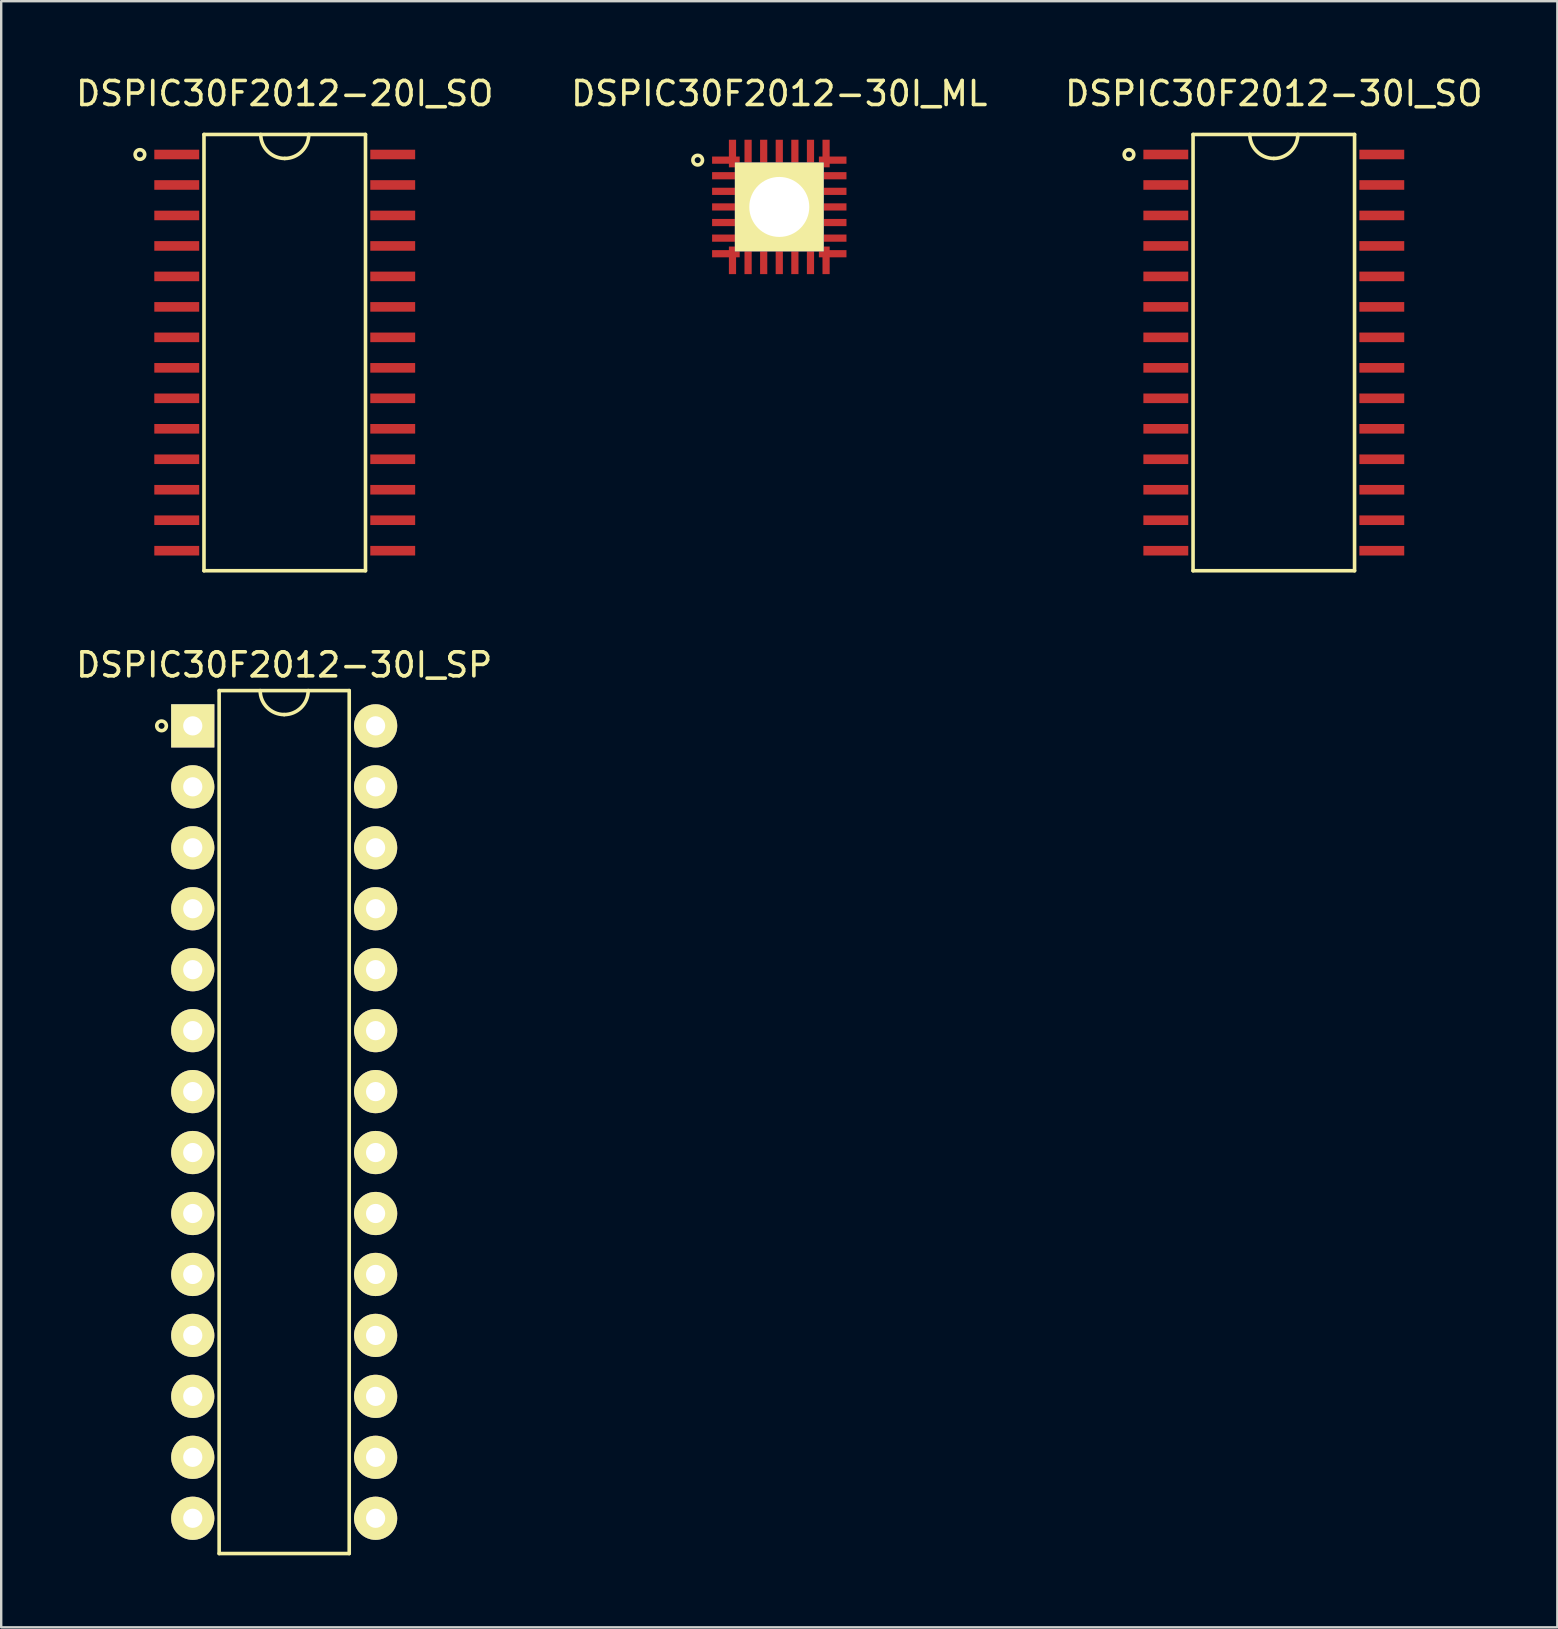
<source format=kicad_pcb>
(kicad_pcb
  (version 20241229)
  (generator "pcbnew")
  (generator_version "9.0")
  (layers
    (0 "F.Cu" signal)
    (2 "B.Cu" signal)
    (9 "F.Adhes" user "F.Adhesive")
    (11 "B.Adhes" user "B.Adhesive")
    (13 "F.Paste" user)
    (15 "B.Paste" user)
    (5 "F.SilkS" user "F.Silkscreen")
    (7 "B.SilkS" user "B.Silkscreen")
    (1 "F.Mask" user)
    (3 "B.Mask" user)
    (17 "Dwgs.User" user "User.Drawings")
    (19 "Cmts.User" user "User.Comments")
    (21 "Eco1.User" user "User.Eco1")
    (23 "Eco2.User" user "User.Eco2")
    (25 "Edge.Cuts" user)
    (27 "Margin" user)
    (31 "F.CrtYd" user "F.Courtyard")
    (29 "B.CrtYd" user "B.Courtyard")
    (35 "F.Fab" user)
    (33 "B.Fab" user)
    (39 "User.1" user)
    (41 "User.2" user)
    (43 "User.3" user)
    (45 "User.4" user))
  (footprint "DSPIC30F2012-30I_SO"
    (layer "F.Cu")
    (at 45.53 3.388)
    (property "Reference" "DSPIC30F2012-30I_SO" (at 4.5 -2.54 0) (layer "F.SilkS") (effects (font (size 1 1) (thickness 0.15))))
    (attr through_hole)
    (fp_line (start 1.135 -0.835) (end 7.865 -0.835) (stroke (width 0.15) (type solid)) (layer "F.SilkS"))
    (fp_line (start 1.135 17.345) (end 1.135 -0.835) (stroke (width 0.15) (type solid)) (layer "F.SilkS"))
    (fp_line (start 7.865 -0.835) (end 7.865 17.345) (stroke (width 0.15) (type solid)) (layer "F.SilkS"))
    (fp_line (start 7.865 17.345) (end 1.135 17.345) (stroke (width 0.15) (type solid)) (layer "F.SilkS"))
    (fp_arc (start 4.5 0.165) (mid 3.792893 -0.127893) (end 3.5 -0.835) (stroke (width 0.15) (type solid)) (layer "F.SilkS"))
    (fp_arc (start 5.5 -0.835) (mid 5.207107 -0.127893) (end 4.5 0.165) (stroke (width 0.15) (type solid)) (layer "F.SilkS"))
    (fp_circle (center -1.535 0) (end -1.535 0.2) (stroke (width 0.15) (type solid)) (fill no) (layer "F.SilkS"))
    (pad "1" smd rect (at 0 0) (size 1.87 0.4) (layers "F.Cu" "F.Mask" "F.Paste"))
    (pad "2" smd rect (at 0 1.27) (size 1.87 0.4) (layers "F.Cu" "F.Mask" "F.Paste"))
    (pad "3" smd rect (at 0 2.54) (size 1.87 0.4) (layers "F.Cu" "F.Mask" "F.Paste"))
    (pad "4" smd rect (at 0 3.81) (size 1.87 0.4) (layers "F.Cu" "F.Mask" "F.Paste"))
    (pad "5" smd rect (at 0 5.08) (size 1.87 0.4) (layers "F.Cu" "F.Mask" "F.Paste"))
    (pad "6" smd rect (at 0 6.35) (size 1.87 0.4) (layers "F.Cu" "F.Mask" "F.Paste"))
    (pad "7" smd rect (at 0 7.62) (size 1.87 0.4) (layers "F.Cu" "F.Mask" "F.Paste"))
    (pad "8" smd rect (at 0 8.89) (size 1.87 0.4) (layers "F.Cu" "F.Mask" "F.Paste"))
    (pad "9" smd rect (at 0 10.16) (size 1.87 0.4) (layers "F.Cu" "F.Mask" "F.Paste"))
    (pad "10" smd rect (at 0 11.43) (size 1.87 0.4) (layers "F.Cu" "F.Mask" "F.Paste"))
    (pad "11" smd rect (at 0 12.7) (size 1.87 0.4) (layers "F.Cu" "F.Mask" "F.Paste"))
    (pad "12" smd rect (at 0 13.97) (size 1.87 0.4) (layers "F.Cu" "F.Mask" "F.Paste"))
    (pad "13" smd rect (at 0 15.24) (size 1.87 0.4) (layers "F.Cu" "F.Mask" "F.Paste"))
    (pad "14" smd rect (at 0 16.51) (size 1.87 0.4) (layers "F.Cu" "F.Mask" "F.Paste"))
    (pad "15" smd rect (at 9 16.51) (size 1.87 0.4) (layers "F.Cu" "F.Mask" "F.Paste"))
    (pad "16" smd rect (at 9 15.24) (size 1.87 0.4) (layers "F.Cu" "F.Mask" "F.Paste"))
    (pad "17" smd rect (at 9 13.97) (size 1.87 0.4) (layers "F.Cu" "F.Mask" "F.Paste"))
    (pad "18" smd rect (at 9 12.7) (size 1.87 0.4) (layers "F.Cu" "F.Mask" "F.Paste"))
    (pad "19" smd rect (at 9 11.43) (size 1.87 0.4) (layers "F.Cu" "F.Mask" "F.Paste"))
    (pad "20" smd rect (at 9 10.16) (size 1.87 0.4) (layers "F.Cu" "F.Mask" "F.Paste"))
    (pad "21" smd rect (at 9 8.89) (size 1.87 0.4) (layers "F.Cu" "F.Mask" "F.Paste"))
    (pad "22" smd rect (at 9 7.62) (size 1.87 0.4) (layers "F.Cu" "F.Mask" "F.Paste"))
    (pad "23" smd rect (at 9 6.35) (size 1.87 0.4) (layers "F.Cu" "F.Mask" "F.Paste"))
    (pad "24" smd rect (at 9 5.08) (size 1.87 0.4) (layers "F.Cu" "F.Mask" "F.Paste"))
    (pad "25" smd rect (at 9 3.81) (size 1.87 0.4) (layers "F.Cu" "F.Mask" "F.Paste"))
    (pad "26" smd rect (at 9 2.54) (size 1.87 0.4) (layers "F.Cu" "F.Mask" "F.Paste"))
    (pad "27" smd rect (at 9 1.27) (size 1.87 0.4) (layers "F.Cu" "F.Mask" "F.Paste"))
    (pad "28" smd rect (at 9 0) (size 1.87 0.4) (layers "F.Cu" "F.Mask" "F.Paste")))
  (footprint "DSPIC30F2012-30I_SP"
    (layer "F.Cu")
    (at 4.982 27.197)
    (property "Reference" "DSPIC30F2012-30I_SP" (at 3.81 -2.54 0) (layer "F.SilkS") (effects (font (size 1 1) (thickness 0.15))))
    (attr through_hole)
    (fp_line (start 1.1 -1.47) (end 6.52 -1.47) (stroke (width 0.15) (type solid)) (layer "F.SilkS"))
    (fp_line (start 1.1 34.49) (end 1.1 -1.47) (stroke (width 0.15) (type solid)) (layer "F.SilkS"))
    (fp_line (start 6.52 -1.47) (end 6.52 34.49) (stroke (width 0.15) (type solid)) (layer "F.SilkS"))
    (fp_line (start 6.52 34.49) (end 1.1 34.49) (stroke (width 0.15) (type solid)) (layer "F.SilkS"))
    (fp_arc (start 3.81 -0.47) (mid 3.102893 -0.762893) (end 2.81 -1.47) (stroke (width 0.15) (type solid)) (layer "F.SilkS"))
    (fp_arc (start 4.81 -1.47) (mid 4.517107 -0.762893) (end 3.81 -0.47) (stroke (width 0.15) (type solid)) (layer "F.SilkS"))
    (fp_circle (center -1.3 0) (end -1.3 0.2) (stroke (width 0.15) (type solid)) (fill no) (layer "F.SilkS"))
    (pad "1" thru_hole rect (at 0 0) (size 1.8 1.8) (drill 0.8) (layers "*.Cu" "*.Mask" "F.SilkS"))
    (pad "2" thru_hole circle (at 0 2.54) (size 1.8 1.8) (drill 0.8) (layers "*.Cu" "*.Mask" "F.SilkS"))
    (pad "3" thru_hole circle (at 0 5.08) (size 1.8 1.8) (drill 0.8) (layers "*.Cu" "*.Mask" "F.SilkS"))
    (pad "4" thru_hole circle (at 0 7.62) (size 1.8 1.8) (drill 0.8) (layers "*.Cu" "*.Mask" "F.SilkS"))
    (pad "5" thru_hole circle (at 0 10.16) (size 1.8 1.8) (drill 0.8) (layers "*.Cu" "*.Mask" "F.SilkS"))
    (pad "6" thru_hole circle (at 0 12.7) (size 1.8 1.8) (drill 0.8) (layers "*.Cu" "*.Mask" "F.SilkS"))
    (pad "7" thru_hole circle (at 0 15.24) (size 1.8 1.8) (drill 0.8) (layers "*.Cu" "*.Mask" "F.SilkS"))
    (pad "8" thru_hole circle (at 0 17.78) (size 1.8 1.8) (drill 0.8) (layers "*.Cu" "*.Mask" "F.SilkS"))
    (pad "9" thru_hole circle (at 0 20.32) (size 1.8 1.8) (drill 0.8) (layers "*.Cu" "*.Mask" "F.SilkS"))
    (pad "10" thru_hole circle (at 0 22.86) (size 1.8 1.8) (drill 0.8) (layers "*.Cu" "*.Mask" "F.SilkS"))
    (pad "11" thru_hole circle (at 0 25.4) (size 1.8 1.8) (drill 0.8) (layers "*.Cu" "*.Mask" "F.SilkS"))
    (pad "12" thru_hole circle (at 0 27.94) (size 1.8 1.8) (drill 0.8) (layers "*.Cu" "*.Mask" "F.SilkS"))
    (pad "13" thru_hole circle (at 0 30.48) (size 1.8 1.8) (drill 0.8) (layers "*.Cu" "*.Mask" "F.SilkS"))
    (pad "14" thru_hole circle (at 0 33.02) (size 1.8 1.8) (drill 0.8) (layers "*.Cu" "*.Mask" "F.SilkS"))
    (pad "15" thru_hole circle (at 7.62 33.02) (size 1.8 1.8) (drill 0.8) (layers "*.Cu" "*.Mask" "F.SilkS"))
    (pad "16" thru_hole circle (at 7.62 30.48) (size 1.8 1.8) (drill 0.8) (layers "*.Cu" "*.Mask" "F.SilkS"))
    (pad "17" thru_hole circle (at 7.62 27.94) (size 1.8 1.8) (drill 0.8) (layers "*.Cu" "*.Mask" "F.SilkS"))
    (pad "18" thru_hole circle (at 7.62 25.4) (size 1.8 1.8) (drill 0.8) (layers "*.Cu" "*.Mask" "F.SilkS"))
    (pad "19" thru_hole circle (at 7.62 22.86) (size 1.8 1.8) (drill 0.8) (layers "*.Cu" "*.Mask" "F.SilkS"))
    (pad "20" thru_hole circle (at 7.62 20.32) (size 1.8 1.8) (drill 0.8) (layers "*.Cu" "*.Mask" "F.SilkS"))
    (pad "21" thru_hole circle (at 7.62 17.78) (size 1.8 1.8) (drill 0.8) (layers "*.Cu" "*.Mask" "F.SilkS"))
    (pad "22" thru_hole circle (at 7.62 15.24) (size 1.8 1.8) (drill 0.8) (layers "*.Cu" "*.Mask" "F.SilkS"))
    (pad "23" thru_hole circle (at 7.62 12.7) (size 1.8 1.8) (drill 0.8) (layers "*.Cu" "*.Mask" "F.SilkS"))
    (pad "24" thru_hole circle (at 7.62 10.16) (size 1.8 1.8) (drill 0.8) (layers "*.Cu" "*.Mask" "F.SilkS"))
    (pad "25" thru_hole circle (at 7.62 7.62) (size 1.8 1.8) (drill 0.8) (layers "*.Cu" "*.Mask" "F.SilkS"))
    (pad "26" thru_hole circle (at 7.62 5.08) (size 1.8 1.8) (drill 0.8) (layers "*.Cu" "*.Mask" "F.SilkS"))
    (pad "27" thru_hole circle (at 7.62 2.54) (size 1.8 1.8) (drill 0.8) (layers "*.Cu" "*.Mask" "F.SilkS"))
    (pad "28" thru_hole circle (at 7.62 0) (size 1.8 1.8) (drill 0.8) (layers "*.Cu" "*.Mask" "F.SilkS")))
  (footprint "DSPIC30F2012-30I_ML"
    (layer "F.Cu")
    (at 27.198 3.348)
    (property "Reference" "DSPIC30F2012-30I_ML" (at 2.225 -2.5 0) (layer "F.SilkS") (effects (font (size 1 1) (thickness 0.15))))
    (attr through_hole)
    (fp_line (start 0.775 0.775) (end 0.775 3.675) (stroke (width 0.15) (type solid)) (layer "F.SilkS"))
    (fp_line (start 0.775 0.775) (end 3.675 0.775) (stroke (width 0.15) (type solid)) (layer "F.SilkS"))
    (fp_line (start 0.775 3.675) (end 3.675 3.675) (stroke (width 0.15) (type solid)) (layer "F.SilkS"))
    (fp_line (start 3.675 3.675) (end 3.675 0.775) (stroke (width 0.15) (type solid)) (layer "F.SilkS"))
    (fp_circle (center -1.175 0.275) (end -1.175 0.075) (stroke (width 0.15) (type solid)) (fill no) (layer "F.SilkS"))
    (fp_circle (center 1.775 1.775) (end 1.775 1.275) (stroke (width 0.15) (type solid)) (fill no) (layer "F.SilkS"))
    (pad "1" smd rect (at 0 0.275) (size 1.15 0.3) (layers "F.Cu" "F.Mask" "F.Paste"))
    (pad "2" smd rect (at 0 0.925) (size 1.15 0.3) (layers "F.Cu" "F.Mask" "F.Paste"))
    (pad "3" smd rect (at 0 1.575) (size 1.15 0.3) (layers "F.Cu" "F.Mask" "F.Paste"))
    (pad "4" smd rect (at 0 2.225) (size 1.15 0.3) (layers "F.Cu" "F.Mask" "F.Paste"))
    (pad "5" smd rect (at 0 2.875) (size 1.15 0.3) (layers "F.Cu" "F.Mask" "F.Paste"))
    (pad "6" smd rect (at 0 3.525) (size 1.15 0.3) (layers "F.Cu" "F.Mask" "F.Paste"))
    (pad "7" smd rect (at 0 4.175) (size 1.15 0.3) (layers "F.Cu" "F.Mask" "F.Paste"))
    (pad "8" smd rect (at 0.275 4.45) (size 0.3 1.15) (layers "F.Cu" "F.Mask" "F.Paste"))
    (pad "9" smd rect (at 0.925 4.45) (size 0.3 1.15) (layers "F.Cu" "F.Mask" "F.Paste"))
    (pad "10" smd rect (at 1.575 4.45) (size 0.3 1.15) (layers "F.Cu" "F.Mask" "F.Paste"))
    (pad "11" smd rect (at 2.225 4.45) (size 0.3 1.15) (layers "F.Cu" "F.Mask" "F.Paste"))
    (pad "12" smd rect (at 2.875 4.45) (size 0.3 1.15) (layers "F.Cu" "F.Mask" "F.Paste"))
    (pad "13" smd rect (at 3.525 4.45) (size 0.3 1.15) (layers "F.Cu" "F.Mask" "F.Paste"))
    (pad "14" smd rect (at 4.175 4.45) (size 0.3 1.15) (layers "F.Cu" "F.Mask" "F.Paste"))
    (pad "15" smd rect (at 4.45 4.175) (size 1.15 0.3) (layers "F.Cu" "F.Mask" "F.Paste"))
    (pad "16" smd rect (at 4.45 3.525) (size 1.15 0.3) (layers "F.Cu" "F.Mask" "F.Paste"))
    (pad "17" smd rect (at 4.45 2.875) (size 1.15 0.3) (layers "F.Cu" "F.Mask" "F.Paste"))
    (pad "18" smd rect (at 4.45 2.225) (size 1.15 0.3) (layers "F.Cu" "F.Mask" "F.Paste"))
    (pad "19" smd rect (at 4.45 1.575) (size 1.15 0.3) (layers "F.Cu" "F.Mask" "F.Paste"))
    (pad "20" smd rect (at 4.45 0.925) (size 1.15 0.3) (layers "F.Cu" "F.Mask" "F.Paste"))
    (pad "21" smd rect (at 4.45 0.275) (size 1.15 0.3) (layers "F.Cu" "F.Mask" "F.Paste"))
    (pad "22" smd rect (at 4.175 0) (size 0.3 1.15) (layers "F.Cu" "F.Mask" "F.Paste"))
    (pad "23" smd rect (at 3.525 0) (size 0.3 1.15) (layers "F.Cu" "F.Mask" "F.Paste"))
    (pad "24" smd rect (at 2.875 0) (size 0.3 1.15) (layers "F.Cu" "F.Mask" "F.Paste"))
    (pad "25" smd rect (at 2.225 0) (size 0.3 1.15) (layers "F.Cu" "F.Mask" "F.Paste"))
    (pad "26" smd rect (at 1.575 0) (size 0.3 1.15) (layers "F.Cu" "F.Mask" "F.Paste"))
    (pad "27" smd rect (at 0.925 0) (size 0.3 1.15) (layers "F.Cu" "F.Mask" "F.Paste"))
    (pad "28" smd rect (at 0.275 0) (size 0.3 1.15) (layers "F.Cu" "F.Mask" "F.Paste"))
    (pad "999" thru_hole rect (at 2.225 2.225) (size 3.7 3.7) (drill 2.5) (layers "*.Cu" "*.Mask" "F.SilkS")))
  (footprint "DSPIC30F2012-20I_SO"
    (layer "F.Cu")
    (at 4.315 3.388)
    (property "Reference" "DSPIC30F2012-20I_SO" (at 4.5 -2.54 0) (layer "F.SilkS") (effects (font (size 1 1) (thickness 0.15))))
    (attr through_hole)
    (fp_line (start 1.135 -0.835) (end 7.865 -0.835) (stroke (width 0.15) (type solid)) (layer "F.SilkS"))
    (fp_line (start 1.135 17.345) (end 1.135 -0.835) (stroke (width 0.15) (type solid)) (layer "F.SilkS"))
    (fp_line (start 7.865 -0.835) (end 7.865 17.345) (stroke (width 0.15) (type solid)) (layer "F.SilkS"))
    (fp_line (start 7.865 17.345) (end 1.135 17.345) (stroke (width 0.15) (type solid)) (layer "F.SilkS"))
    (fp_arc (start 4.5 0.165) (mid 3.792893 -0.127893) (end 3.5 -0.835) (stroke (width 0.15) (type solid)) (layer "F.SilkS"))
    (fp_arc (start 5.5 -0.835) (mid 5.207107 -0.127893) (end 4.5 0.165) (stroke (width 0.15) (type solid)) (layer "F.SilkS"))
    (fp_circle (center -1.535 0) (end -1.535 0.2) (stroke (width 0.15) (type solid)) (fill no) (layer "F.SilkS"))
    (pad "1" smd rect (at 0 0) (size 1.87 0.4) (layers "F.Cu" "F.Mask" "F.Paste"))
    (pad "2" smd rect (at 0 1.27) (size 1.87 0.4) (layers "F.Cu" "F.Mask" "F.Paste"))
    (pad "3" smd rect (at 0 2.54) (size 1.87 0.4) (layers "F.Cu" "F.Mask" "F.Paste"))
    (pad "4" smd rect (at 0 3.81) (size 1.87 0.4) (layers "F.Cu" "F.Mask" "F.Paste"))
    (pad "5" smd rect (at 0 5.08) (size 1.87 0.4) (layers "F.Cu" "F.Mask" "F.Paste"))
    (pad "6" smd rect (at 0 6.35) (size 1.87 0.4) (layers "F.Cu" "F.Mask" "F.Paste"))
    (pad "7" smd rect (at 0 7.62) (size 1.87 0.4) (layers "F.Cu" "F.Mask" "F.Paste"))
    (pad "8" smd rect (at 0 8.89) (size 1.87 0.4) (layers "F.Cu" "F.Mask" "F.Paste"))
    (pad "9" smd rect (at 0 10.16) (size 1.87 0.4) (layers "F.Cu" "F.Mask" "F.Paste"))
    (pad "10" smd rect (at 0 11.43) (size 1.87 0.4) (layers "F.Cu" "F.Mask" "F.Paste"))
    (pad "11" smd rect (at 0 12.7) (size 1.87 0.4) (layers "F.Cu" "F.Mask" "F.Paste"))
    (pad "12" smd rect (at 0 13.97) (size 1.87 0.4) (layers "F.Cu" "F.Mask" "F.Paste"))
    (pad "13" smd rect (at 0 15.24) (size 1.87 0.4) (layers "F.Cu" "F.Mask" "F.Paste"))
    (pad "14" smd rect (at 0 16.51) (size 1.87 0.4) (layers "F.Cu" "F.Mask" "F.Paste"))
    (pad "15" smd rect (at 9 16.51) (size 1.87 0.4) (layers "F.Cu" "F.Mask" "F.Paste"))
    (pad "16" smd rect (at 9 15.24) (size 1.87 0.4) (layers "F.Cu" "F.Mask" "F.Paste"))
    (pad "17" smd rect (at 9 13.97) (size 1.87 0.4) (layers "F.Cu" "F.Mask" "F.Paste"))
    (pad "18" smd rect (at 9 12.7) (size 1.87 0.4) (layers "F.Cu" "F.Mask" "F.Paste"))
    (pad "19" smd rect (at 9 11.43) (size 1.87 0.4) (layers "F.Cu" "F.Mask" "F.Paste"))
    (pad "20" smd rect (at 9 10.16) (size 1.87 0.4) (layers "F.Cu" "F.Mask" "F.Paste"))
    (pad "21" smd rect (at 9 8.89) (size 1.87 0.4) (layers "F.Cu" "F.Mask" "F.Paste"))
    (pad "22" smd rect (at 9 7.62) (size 1.87 0.4) (layers "F.Cu" "F.Mask" "F.Paste"))
    (pad "23" smd rect (at 9 6.35) (size 1.87 0.4) (layers "F.Cu" "F.Mask" "F.Paste"))
    (pad "24" smd rect (at 9 5.08) (size 1.87 0.4) (layers "F.Cu" "F.Mask" "F.Paste"))
    (pad "25" smd rect (at 9 3.81) (size 1.87 0.4) (layers "F.Cu" "F.Mask" "F.Paste"))
    (pad "26" smd rect (at 9 2.54) (size 1.87 0.4) (layers "F.Cu" "F.Mask" "F.Paste"))
    (pad "27" smd rect (at 9 1.27) (size 1.87 0.4) (layers "F.Cu" "F.Mask" "F.Paste"))
    (pad "28" smd rect (at 9 0) (size 1.87 0.4) (layers "F.Cu" "F.Mask" "F.Paste")))
  (gr_rect
    (start -3 -3)
    (end 61.845 64.761)
    (stroke (width 0.1) (type default))
    (fill no)
    (layer "Edge.Cuts")))
</source>
